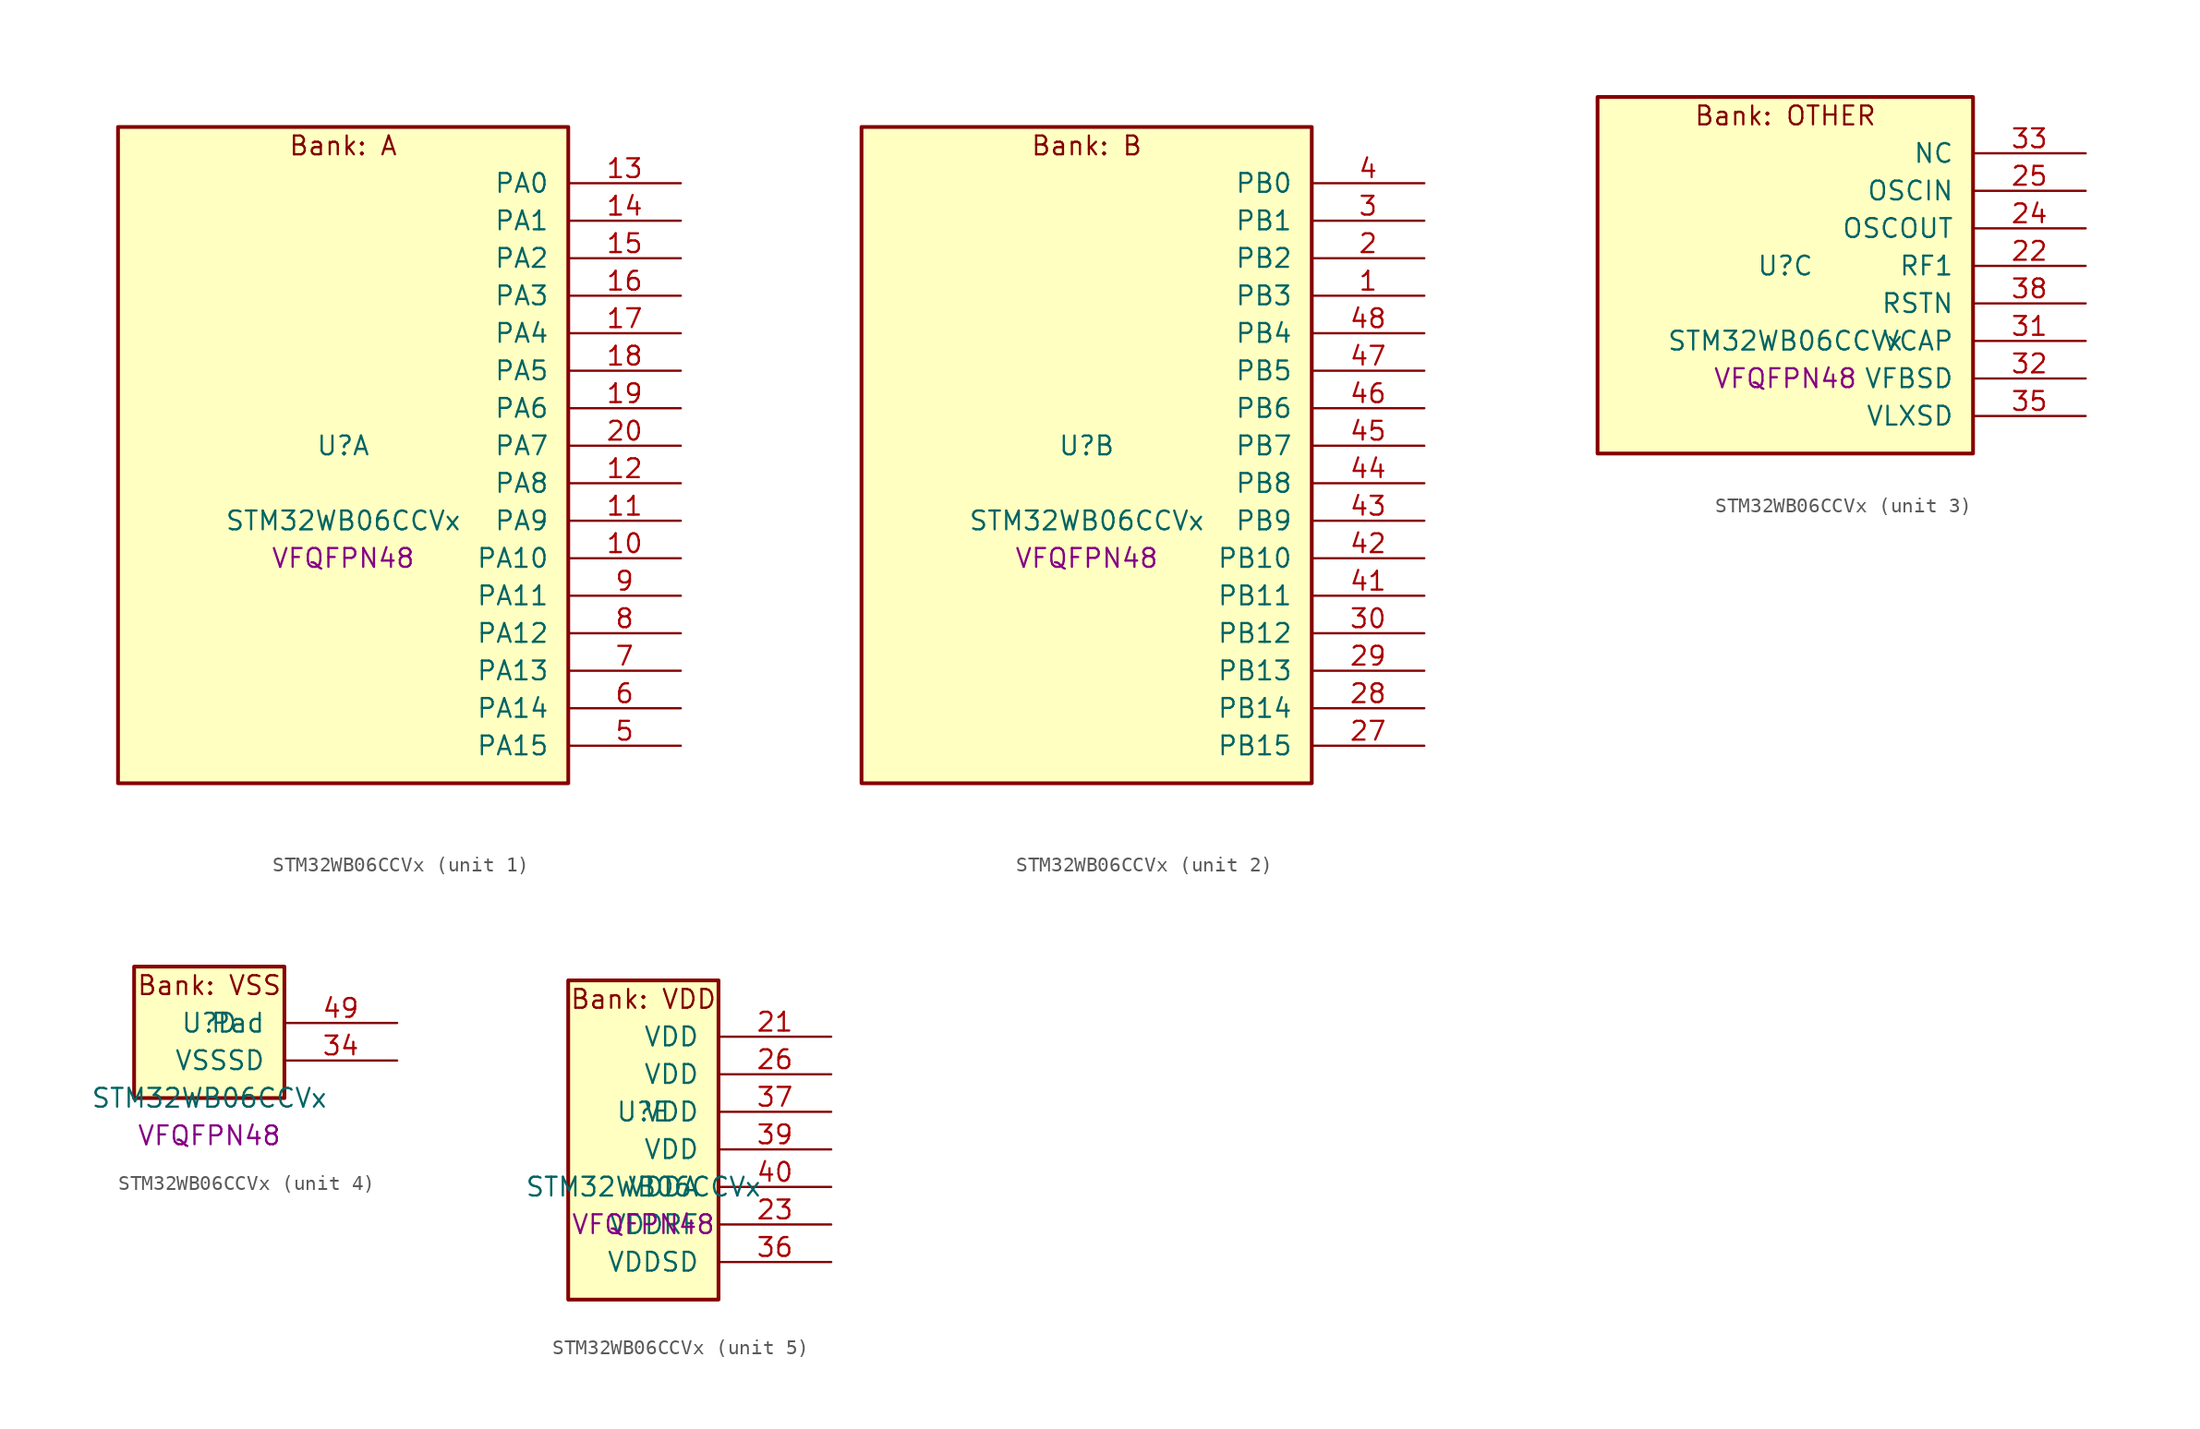
<source format=kicad_sym>
(kicad_symbol_lib
  (version 20241209)
  (generator "stm32_pkl_generator")
  (generator_version "1.0")
  (symbol "STM32WB06CCVx"
    (pin_names
      (offset 1.27))
    (property "Reference" "U"
      (at 0 2.54 0))
    (property "Value" "STM32WB06CCVx"
      (at 0 -2.54 0))
    (property "Footprint" "VFQFPN48"
      (at 0 -5.08 0))
    (symbol "STM32WB06CCVx_1_1"
      (rectangle (start -15.24 24.13) (end 15.24 -20.32) (stroke (width 0.254) (type solid)) (fill (type background)))
      (text "Bank: A" (at 0 22.86 0))
      (pin bidirectional line (at 22.86 20.32 180) (length 7.62) (name "PA0") (number "13") (alternate "PA0/I2C1_SCL" bidirectional line) (alternate "PA0/I2S2_MCK" bidirectional line) (alternate "PA0/PWR_WKUP12" bidirectional line) (alternate "PA0/TIM1_CH3" bidirectional line) (alternate "PA0/USART1_CTS" bidirectional line))
      (pin bidirectional line (at 22.86 17.78 180) (length 7.62) (name "PA1") (number "14") (alternate "PA1/I2C1_SDA" bidirectional line) (alternate "PA1/PWR_WKUP13" bidirectional line) (alternate "PA1/SPI2_MISO" bidirectional line) (alternate "PA1/TIM1_CH4" bidirectional line) (alternate "PA1/USART1_TX" bidirectional line))
      (pin bidirectional line (at 22.86 15.24 180) (length 7.62) (name "PA2") (number "15") (alternate "PA2/DEBUG_SWDIO" bidirectional line) (alternate "PA2/I2S3_MCK" bidirectional line) (alternate "PA2/PWR_WKUP14" bidirectional line) (alternate "PA2/USART1_CK" bidirectional line))
      (pin bidirectional line (at 22.86 12.7 180) (length 7.62) (name "PA3") (number "16") (alternate "PA3/DEBUG_SWCLK" bidirectional line) (alternate "PA3/I2S3_SCK" bidirectional line) (alternate "PA3/PWR_WKUP15" bidirectional line) (alternate "PA3/SPI3_SCK" bidirectional line) (alternate "PA3/TIM1_BKIN2" bidirectional line) (alternate "PA3/USART1_DE" bidirectional line) (alternate "PA3/USART1_RTS" bidirectional line))
      (pin bidirectional line (at 22.86 10.16 180) (length 7.62) (name "PA4") (number "17") (alternate "PA4/I2S2_WS" bidirectional line) (alternate "PA4/LPUART1_TX" bidirectional line) (alternate "PA4/PWR_WKUP16" bidirectional line) (alternate "PA4/RCC_LCO" bidirectional line) (alternate "PA4/SPI2_NSS" bidirectional line) (alternate "PA4/TIM1_CH1" bidirectional line))
      (pin bidirectional line (at 22.86 7.62 180) (length 7.62) (name "PA5") (number "18") (alternate "PA5/I2S2_SCK" bidirectional line) (alternate "PA5/LPUART1_RX" bidirectional line) (alternate "PA5/PWR_WKUP17" bidirectional line) (alternate "PA5/RCC_LCO" bidirectional line) (alternate "PA5/RCC_MCO" bidirectional line) (alternate "PA5/SPI2_SCK" bidirectional line) (alternate "PA5/TIM1_CH2" bidirectional line))
      (pin bidirectional line (at 22.86 5.08 180) (length 7.62) (name "PA6") (number "19") (alternate "PA6/I2S2_SD" bidirectional line) (alternate "PA6/I2S2_WS" bidirectional line) (alternate "PA6/LPUART1_CTS" bidirectional line) (alternate "PA6/PWR_WKUP18" bidirectional line) (alternate "PA6/SPI2_MOSI" bidirectional line) (alternate "PA6/SPI2_NSS" bidirectional line) (alternate "PA6/TIM1_CH1" bidirectional line))
      (pin bidirectional line (at 22.86 2.54 180) (length 7.62) (name "PA7") (number "20") (alternate "PA7/I2S2_SCK" bidirectional line) (alternate "PA7/LPUART1_DE" bidirectional line) (alternate "PA7/LPUART1_RTS" bidirectional line) (alternate "PA7/PWR_WKUP19" bidirectional line) (alternate "PA7/RTC_OUT" bidirectional line) (alternate "PA7/SPI2_MISO" bidirectional line) (alternate "PA7/SPI2_SCK" bidirectional line) (alternate "PA7/TIM1_CH2" bidirectional line))
      (pin bidirectional line (at 22.86 0 180) (length 7.62) (name "PA8") (number "12") (alternate "PA8/PWR_WKUP8" bidirectional line) (alternate "PA8/PWR_WKUP20" bidirectional line) (alternate "PA8/RADIO_RX_SEQUENCE" bidirectional line) (alternate "PA8/RTC_OUT" bidirectional line) (alternate "PA8/SPI1_MOSI" bidirectional line) (alternate "PA8/SPI3_MISO" bidirectional line) (alternate "PA8/TIM1_CH3" bidirectional line) (alternate "PA8/USART1_RX" bidirectional line))
      (pin bidirectional line (at 22.86 -2.54 180) (length 7.62) (name "PA9") (number "11") (alternate "PA9/I2S3_WS" bidirectional line) (alternate "PA9/PWR_WKUP9" bidirectional line) (alternate "PA9/PWR_WKUP21" bidirectional line) (alternate "PA9/RTC_OUT" bidirectional line) (alternate "PA9/SPI1_SCK" bidirectional line) (alternate "PA9/SPI3_NSS" bidirectional line) (alternate "PA9/TIM1_CH4" bidirectional line) (alternate "PA9/USART1_TX" bidirectional line))
      (pin bidirectional line (at 22.86 -5.08 180) (length 7.62) (name "PA10") (number "10") (alternate "PA10/I2S3_MCK" bidirectional line) (alternate "PA10/PWR_WKUP10" bidirectional line) (alternate "PA10/PWR_WKUP22" bidirectional line) (alternate "PA10/RADIO_TX_SEQUENCE" bidirectional line) (alternate "PA10/RCC_LCO" bidirectional line) (alternate "PA10/SPI1_MISO" bidirectional line))
      (pin bidirectional line (at 22.86 -7.62 180) (length 7.62) (name "PA11") (number "9") (alternate "PA11/I2S3_SD" bidirectional line) (alternate "PA11/PWR_WKUP11" bidirectional line) (alternate "PA11/PWR_WKUP23" bidirectional line) (alternate "PA11/RADIO_RX_SEQUENCE" bidirectional line) (alternate "PA11/RCC_MCO" bidirectional line) (alternate "PA11/RTC_OUT" bidirectional line) (alternate "PA11/SPI1_NSS" bidirectional line) (alternate "PA11/SPI3_MOSI" bidirectional line))
      (pin bidirectional line (at 22.86 -10.16 180) (length 7.62) (name "PA12") (number "8") (alternate "PA12/ADC1_VINM3" bidirectional line) (alternate "PA12/I2C1_SMBA" bidirectional line) (alternate "PA12/I2S2_SD" bidirectional line) (alternate "PA12/PWR_WKUP24" bidirectional line) (alternate "PA12/SPI1_NSS" bidirectional line) (alternate "PA12/SPI2_MOSI" bidirectional line) (alternate "PA12/TIM1_CH1" bidirectional line))
      (pin bidirectional line (at 22.86 -12.7 180) (length 7.62) (name "PA13") (number "7") (alternate "PA13/ADC1_VINP3" bidirectional line) (alternate "PA13/I2C2_SCL" bidirectional line) (alternate "PA13/PWR_WKUP25" bidirectional line) (alternate "PA13/SPI1_SCK" bidirectional line) (alternate "PA13/SPI2_MISO" bidirectional line) (alternate "PA13/TIM1_ETR" bidirectional line))
      (pin bidirectional line (at 22.86 -15.24 180) (length 7.62) (name "PA14") (number "6") (alternate "PA14/ADC1_VINM2" bidirectional line) (alternate "PA14/I2C2_SDA" bidirectional line) (alternate "PA14/PWR_WKUP26" bidirectional line) (alternate "PA14/SPI1_MISO" bidirectional line))
      (pin bidirectional line (at 22.86 -17.78 180) (length 7.62) (name "PA15") (number "5") (alternate "PA15/ADC1_VINP2" bidirectional line) (alternate "PA15/I2C2_SMBA" bidirectional line) (alternate "PA15/PWR_WKUP27" bidirectional line) (alternate "PA15/SPI1_MOSI" bidirectional line) (alternate "PA15/TIM1_BKIN2" bidirectional line)))
    (symbol "STM32WB06CCVx_2_1"
      (rectangle (start -15.24 24.13) (end 15.24 -20.32) (stroke (width 0.254) (type solid)) (fill (type background)))
      (text "Bank: B" (at 0 22.86 0))
      (pin bidirectional line (at 22.86 20.32 180) (length 7.62) (name "PB0") (number "4") (alternate "PB0/ADC1_VINM1" bidirectional line) (alternate "PB0/LPUART1_DE" bidirectional line) (alternate "PB0/LPUART1_RTS" bidirectional line) (alternate "PB0/PWR_WKUP0" bidirectional line) (alternate "PB0/TIM1_CH2N" bidirectional line) (alternate "PB0/USART1_RX" bidirectional line))
      (pin bidirectional line (at 22.86 17.78 180) (length 7.62) (name "PB1") (number "3") (alternate "PB1/ADC1_PDM_CLK" bidirectional line) (alternate "PB1/ADC1_VINP1" bidirectional line) (alternate "PB1/PWR_WKUP1" bidirectional line) (alternate "PB1/SPI1_NSS" bidirectional line) (alternate "PB1/TIM1_ETR" bidirectional line))
      (pin bidirectional line (at 22.86 15.24 180) (length 7.62) (name "PB2") (number "2") (alternate "PB2/ADC1_PDM_DATA" bidirectional line) (alternate "PB2/ADC1_PGA_CAP0" bidirectional line) (alternate "PB2/ADC1_VINM0" bidirectional line) (alternate "PB2/PWR_WKUP2" bidirectional line) (alternate "PB2/TIM1_CH3" bidirectional line) (alternate "PB2/USART1_DE" bidirectional line) (alternate "PB2/USART1_RTS" bidirectional line))
      (pin bidirectional line (at 22.86 12.7 180) (length 7.62) (name "PB3") (number "1") (alternate "PB3/ADC1_PGA_CAP1" bidirectional line) (alternate "PB3/ADC1_VINP0" bidirectional line) (alternate "PB3/LPUART1_TX" bidirectional line) (alternate "PB3/PWR_WKUP3" bidirectional line) (alternate "PB3/TIM1_CH4" bidirectional line) (alternate "PB3/USART1_CTS" bidirectional line))
      (pin bidirectional line (at 22.86 10.16 180) (length 7.62) (name "PB4") (number "48") (alternate "PB4/ADC1_PDM_DATA" bidirectional line) (alternate "PB4/ADC1_PGA_VIN" bidirectional line) (alternate "PB4/LPUART1_TX" bidirectional line) (alternate "PB4/PWR_WKUP4" bidirectional line) (alternate "PB4/SPI2_MISO" bidirectional line))
      (pin bidirectional line (at 22.86 7.62 180) (length 7.62) (name "PB5") (number "47") (alternate "PB5/ADC1_PDM_CLK" bidirectional line) (alternate "PB5/ADC1_PGA_VBIAS_MIC" bidirectional line) (alternate "PB5/I2S2_SD" bidirectional line) (alternate "PB5/LPUART1_RX" bidirectional line) (alternate "PB5/PWR_WKUP5" bidirectional line) (alternate "PB5/SPI2_MOSI" bidirectional line))
      (pin bidirectional line (at 22.86 5.08 180) (length 7.62) (name "PB6") (number "46") (alternate "PB6/I2C2_SCL" bidirectional line) (alternate "PB6/I2S2_WS" bidirectional line) (alternate "PB6/LPUART1_TX" bidirectional line) (alternate "PB6/PWR_WKUP6" bidirectional line) (alternate "PB6/SPI2_NSS" bidirectional line) (alternate "PB6/TIM1_CH1" bidirectional line))
      (pin bidirectional line (at 22.86 2.54 180) (length 7.62) (name "PB7") (number "45") (alternate "PB7/I2C2_SDA" bidirectional line) (alternate "PB7/I2S2_SCK" bidirectional line) (alternate "PB7/LPUART1_RX" bidirectional line) (alternate "PB7/PWR_WKUP7" bidirectional line) (alternate "PB7/SPI2_SCK" bidirectional line) (alternate "PB7/TIM1_CH2" bidirectional line))
      (pin bidirectional line (at 22.86 0 180) (length 7.62) (name "PB8") (number "44") (alternate "PB8/LPUART1_RX" bidirectional line) (alternate "PB8/PWR_WKUP20" bidirectional line) (alternate "PB8/TIM1_CH1N" bidirectional line) (alternate "PB8/TIM1_CH4" bidirectional line) (alternate "PB8/USART1_CK" bidirectional line))
      (pin bidirectional line (at 22.86 -2.54 180) (length 7.62) (name "PB9") (number "43") (alternate "PB9/I2S2_MCK" bidirectional line) (alternate "PB9/LPUART1_CTS" bidirectional line) (alternate "PB9/PWR_WKUP21" bidirectional line) (alternate "PB9/TIM1_CH1N" bidirectional line) (alternate "PB9/TIM1_CH2N" bidirectional line) (alternate "PB9/USART1_TX" bidirectional line))
      (pin bidirectional line (at 22.86 -5.08 180) (length 7.62) (name "PB10") (number "42") (alternate "PB10/I2C1_SDA" bidirectional line) (alternate "PB10/I2S2_SCK" bidirectional line) (alternate "PB10/PWR_WKUP22" bidirectional line) (alternate "PB10/SPI1_NSS" bidirectional line) (alternate "PB10/SPI2_SCK" bidirectional line) (alternate "PB10/TIM1_CH2" bidirectional line) (alternate "PB10/TIM1_CH3N" bidirectional line))
      (pin bidirectional line (at 22.86 -7.62 180) (length 7.62) (name "PB11") (number "41") (alternate "PB11/I2C1_SCL" bidirectional line) (alternate "PB11/I2S2_WS" bidirectional line) (alternate "PB11/PWR_WKUP23" bidirectional line) (alternate "PB11/SPI1_SCK" bidirectional line) (alternate "PB11/SPI2_NSS" bidirectional line) (alternate "PB11/TIM1_CH1" bidirectional line))
      (pin bidirectional line (at 22.86 -10.16 180) (length 7.62) (name "PB12") (number "30") (alternate "PB12/ADC1_PDM_DATA" bidirectional line) (alternate "PB12/RCC_LCO" bidirectional line) (alternate "PB12/RCC_OSC32_OUT" bidirectional line) (alternate "PB12/SPI1_SCK" bidirectional line) (alternate "PB12/TIM1_CH3" bidirectional line))
      (pin bidirectional line (at 22.86 -12.7 180) (length 7.62) (name "PB13") (number "29") (alternate "PB13/ADC1_PDM_CLK" bidirectional line) (alternate "PB13/I2C2_SCL" bidirectional line) (alternate "PB13/RCC_OSC32_IN" bidirectional line) (alternate "PB13/SPI1_MISO" bidirectional line) (alternate "PB13/TIM1_BKIN2" bidirectional line) (alternate "PB13/TIM1_CH4" bidirectional line))
      (pin bidirectional line (at 22.86 -15.24 180) (length 7.62) (name "PB14") (number "28") (alternate "PB14/I2C2_SDA" bidirectional line) (alternate "PB14/PWR_PVD_IN" bidirectional line) (alternate "PB14/SPI1_MOSI" bidirectional line) (alternate "PB14/TIM1_CH3N" bidirectional line) (alternate "PB14/TIM1_ETR" bidirectional line) (alternate "PB14/USART1_RX" bidirectional line))
      (pin bidirectional line (at 22.86 -17.78 180) (length 7.62) (name "PB15") (number "27") (alternate "PB15/I2C1_SMBA" bidirectional line) (alternate "PB15/RADIO_TX_SEQUENCE" bidirectional line) (alternate "PB15/RCC_MCO" bidirectional line) (alternate "PB15/USART1_TX" bidirectional line)))
    (symbol "STM32WB06CCVx_3_1"
      (rectangle (start -12.7 13.97) (end 12.7 -10.16) (stroke (width 0.254) (type solid)) (fill (type background)))
      (text "Bank: OTHER" (at 0 12.7 0))
      (pin bidirectional line (at 20.32 10.16 180) (length 7.62) (name "NC") (number "33"))
      (pin bidirectional line (at 20.32 7.62 180) (length 7.62) (name "OSCIN") (number "25") (alternate "OSCIN/RCC_OSC_IN" bidirectional line))
      (pin bidirectional line (at 20.32 5.08 180) (length 7.62) (name "OSCOUT") (number "24") (alternate "OSCOUT/RCC_OSC_OUT" bidirectional line))
      (pin bidirectional line (at 20.32 2.54 180) (length 7.62) (name "RF1") (number "22") (alternate "RF1/RADIO_RF1" bidirectional line))
      (pin power_in line (at 20.32 0 180) (length 7.62) (name "RSTN") (number "38"))
      (pin power_in line (at 20.32 -2.54 180) (length 7.62) (name "VCAP") (number "31"))
      (pin power_in line (at 20.32 -5.08 180) (length 7.62) (name "VFBSD") (number "32"))
      (pin power_in line (at 20.32 -7.62 180) (length 7.62) (name "VLXSD") (number "35")))
    (symbol "STM32WB06CCVx_4_1"
      (rectangle (start -5.08 6.35) (end 5.08 -2.54) (stroke (width 0.254) (type solid)) (fill (type background)))
      (text "Bank: VSS" (at 0 5.08 0))
      (pin passive line (at 12.7 2.54 180) (length 7.62) (name "Pad") (number "49"))
      (pin power_in line (at 12.7 0 180) (length 7.62) (name "VSSSD") (number "34")))
    (symbol "STM32WB06CCVx_5_1"
      (rectangle (start -5.08 11.43) (end 5.08 -10.16) (stroke (width 0.254) (type solid)) (fill (type background)))
      (text "Bank: VDD" (at 0 10.16 0))
      (pin power_in line (at 12.7 7.62 180) (length 7.62) (name "VDD") (number "21"))
      (pin power_in line (at 12.7 5.08 180) (length 7.62) (name "VDD") (number "26"))
      (pin power_in line (at 12.7 2.54 180) (length 7.62) (name "VDD") (number "37"))
      (pin power_in line (at 12.7 0 180) (length 7.62) (name "VDD") (number "39"))
      (pin power_in line (at 12.7 -2.54 180) (length 7.62) (name "VDDA") (number "40"))
      (pin power_in line (at 12.7 -5.08 180) (length 7.62) (name "VDDRF") (number "23"))
      (pin power_in line (at 12.7 -7.62 180) (length 7.62) (name "VDDSD") (number "36")))))
</source>
